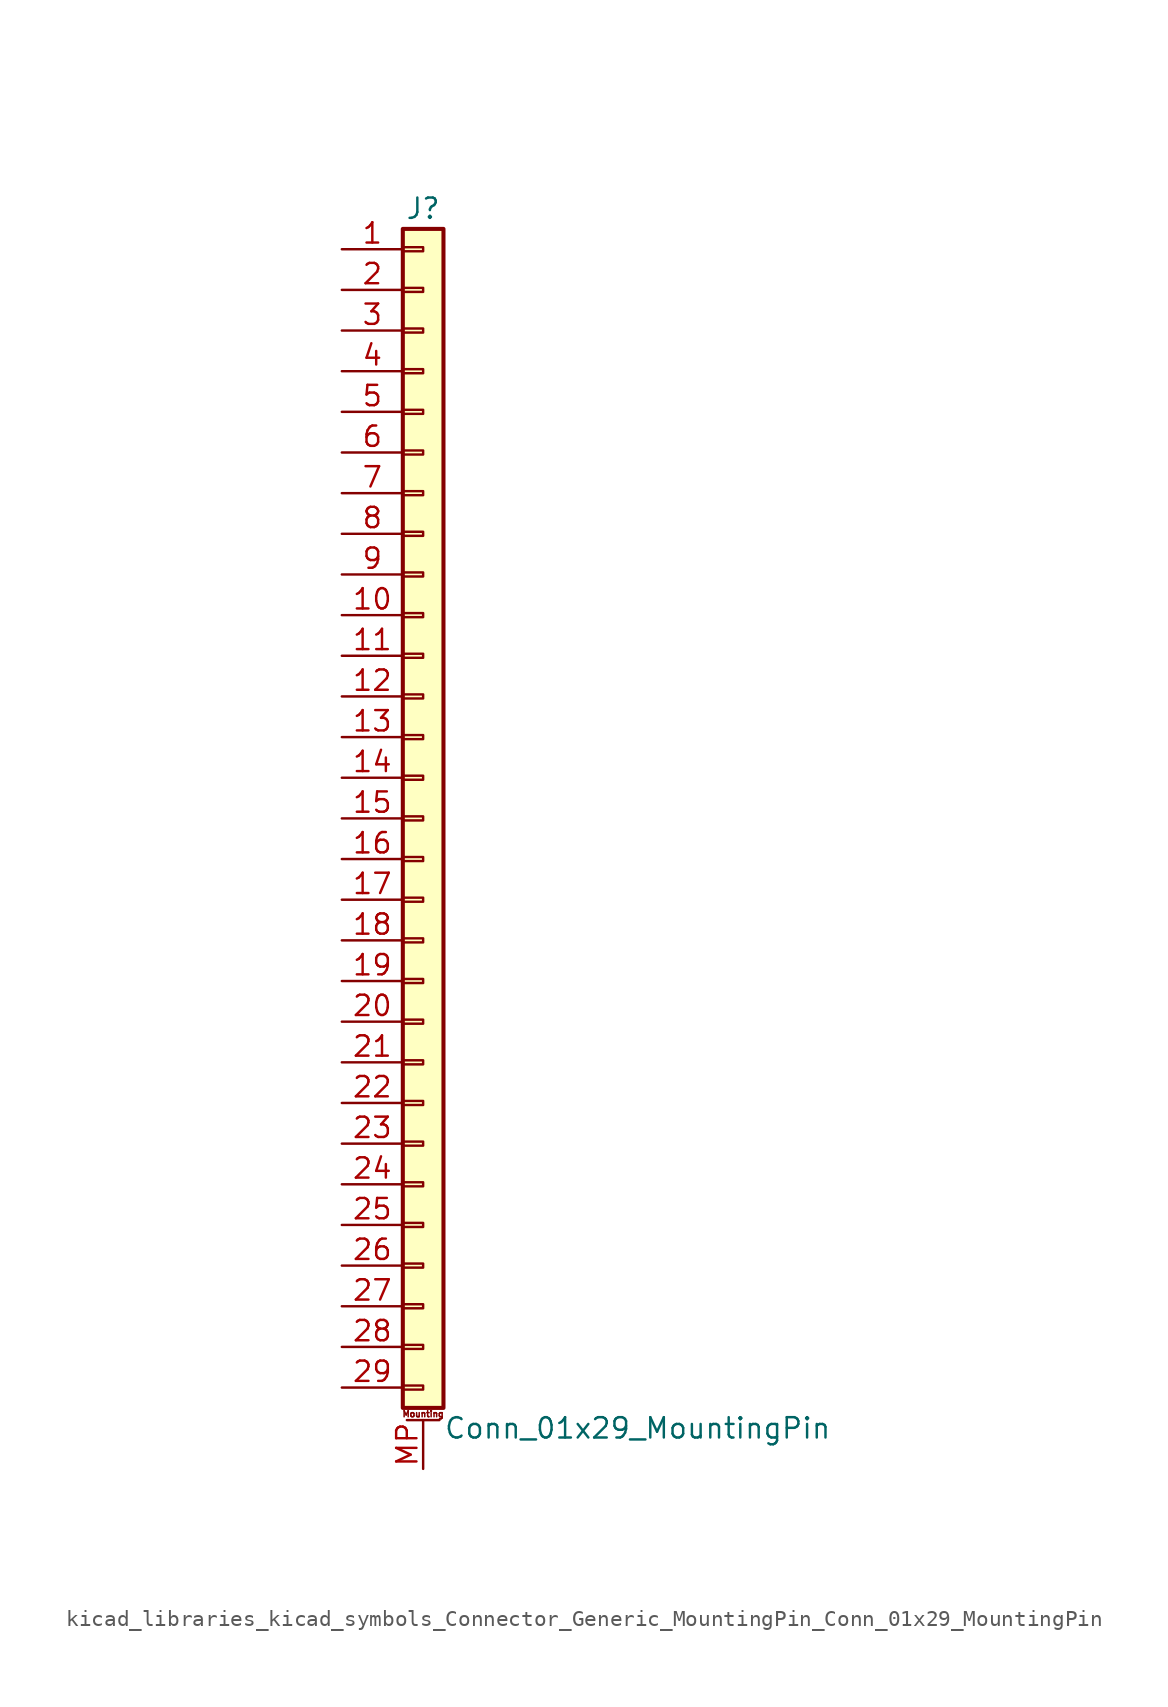
<source format=kicad_sym>
(kicad_symbol_lib
  (version 20220914)
  (generator kicad_symbol_editor)
  (symbol "kicad_libraries_kicad_symbols_Connector_Generic_MountingPin_Conn_01x29_MountingPin"
    (pin_names
      (offset 1.016) hide)
    (property "Reference" "J"
      (at 0 38.1 0)
      (effects (font (size 1.27 1.27))))
    (property "Value" "Conn_01x29_MountingPin"
      (at 1.27 -38.1 0)
      (effects (font (size 1.27 1.27)) (justify left)))
    (symbol "kicad_libraries_kicad_symbols_Connector_Generic_MountingPin_Conn_01x29_MountingPin_1_1"
      (rectangle (start -1.27 -35.433) (end 0 -35.687) (stroke (width 0.152) (type default)) (fill (type none)))
      (rectangle (start -1.27 -32.893) (end 0 -33.147) (stroke (width 0.152) (type default)) (fill (type none)))
      (rectangle (start -1.27 -30.353) (end 0 -30.607) (stroke (width 0.152) (type default)) (fill (type none)))
      (rectangle (start -1.27 -27.813) (end 0 -28.067) (stroke (width 0.152) (type default)) (fill (type none)))
      (rectangle (start -1.27 -25.273) (end 0 -25.527) (stroke (width 0.152) (type default)) (fill (type none)))
      (rectangle (start -1.27 -22.733) (end 0 -22.987) (stroke (width 0.152) (type default)) (fill (type none)))
      (rectangle (start -1.27 -20.193) (end 0 -20.447) (stroke (width 0.152) (type default)) (fill (type none)))
      (rectangle (start -1.27 -17.653) (end 0 -17.907) (stroke (width 0.152) (type default)) (fill (type none)))
      (rectangle (start -1.27 -15.113) (end 0 -15.367) (stroke (width 0.152) (type default)) (fill (type none)))
      (rectangle (start -1.27 -12.573) (end 0 -12.827) (stroke (width 0.152) (type default)) (fill (type none)))
      (rectangle (start -1.27 -10.033) (end 0 -10.287) (stroke (width 0.152) (type default)) (fill (type none)))
      (rectangle (start -1.27 -7.493) (end 0 -7.747) (stroke (width 0.152) (type default)) (fill (type none)))
      (rectangle (start -1.27 -4.953) (end 0 -5.207) (stroke (width 0.152) (type default)) (fill (type none)))
      (rectangle (start -1.27 -2.413) (end 0 -2.667) (stroke (width 0.152) (type default)) (fill (type none)))
      (rectangle (start -1.27 0.127) (end 0 -0.127) (stroke (width 0.152) (type default)) (fill (type none)))
      (rectangle (start -1.27 2.667) (end 0 2.413) (stroke (width 0.152) (type default)) (fill (type none)))
      (rectangle (start -1.27 5.207) (end 0 4.953) (stroke (width 0.152) (type default)) (fill (type none)))
      (rectangle (start -1.27 7.747) (end 0 7.493) (stroke (width 0.152) (type default)) (fill (type none)))
      (rectangle (start -1.27 10.287) (end 0 10.033) (stroke (width 0.152) (type default)) (fill (type none)))
      (rectangle (start -1.27 12.827) (end 0 12.573) (stroke (width 0.152) (type default)) (fill (type none)))
      (rectangle (start -1.27 15.367) (end 0 15.113) (stroke (width 0.152) (type default)) (fill (type none)))
      (rectangle (start -1.27 17.907) (end 0 17.653) (stroke (width 0.152) (type default)) (fill (type none)))
      (rectangle (start -1.27 20.447) (end 0 20.193) (stroke (width 0.152) (type default)) (fill (type none)))
      (rectangle (start -1.27 22.987) (end 0 22.733) (stroke (width 0.152) (type default)) (fill (type none)))
      (rectangle (start -1.27 25.527) (end 0 25.273) (stroke (width 0.152) (type default)) (fill (type none)))
      (rectangle (start -1.27 28.067) (end 0 27.813) (stroke (width 0.152) (type default)) (fill (type none)))
      (rectangle (start -1.27 30.607) (end 0 30.353) (stroke (width 0.152) (type default)) (fill (type none)))
      (rectangle (start -1.27 33.147) (end 0 32.893) (stroke (width 0.152) (type default)) (fill (type none)))
      (rectangle (start -1.27 35.687) (end 0 35.433) (stroke (width 0.152) (type default)) (fill (type none)))
      (rectangle (start -1.27 36.83) (end 1.27 -36.83) (stroke (width 0.254) (type default)) (fill (type background)))
      (polyline (pts (xy -1.016 -37.592) (xy 1.016 -37.592)) (stroke (width 0.152) (type default)) (fill (type none)))
      (text "Mounting" (at 0 -37.211 0) (effects (font (size 0.381 0.381))))
      (pin passive line (at -5.08 35.56 0) (length 3.81) (name "Pin_1" (effects (font (size 1.27 1.27)))) (number "1" (effects (font (size 1.27 1.27)))))
      (pin passive line (at -5.08 12.7 0) (length 3.81) (name "Pin_10" (effects (font (size 1.27 1.27)))) (number "10" (effects (font (size 1.27 1.27)))))
      (pin passive line (at -5.08 10.16 0) (length 3.81) (name "Pin_11" (effects (font (size 1.27 1.27)))) (number "11" (effects (font (size 1.27 1.27)))))
      (pin passive line (at -5.08 7.62 0) (length 3.81) (name "Pin_12" (effects (font (size 1.27 1.27)))) (number "12" (effects (font (size 1.27 1.27)))))
      (pin passive line (at -5.08 5.08 0) (length 3.81) (name "Pin_13" (effects (font (size 1.27 1.27)))) (number "13" (effects (font (size 1.27 1.27)))))
      (pin passive line (at -5.08 2.54 0) (length 3.81) (name "Pin_14" (effects (font (size 1.27 1.27)))) (number "14" (effects (font (size 1.27 1.27)))))
      (pin passive line (at -5.08 0 0) (length 3.81) (name "Pin_15" (effects (font (size 1.27 1.27)))) (number "15" (effects (font (size 1.27 1.27)))))
      (pin passive line (at -5.08 -2.54 0) (length 3.81) (name "Pin_16" (effects (font (size 1.27 1.27)))) (number "16" (effects (font (size 1.27 1.27)))))
      (pin passive line (at -5.08 -5.08 0) (length 3.81) (name "Pin_17" (effects (font (size 1.27 1.27)))) (number "17" (effects (font (size 1.27 1.27)))))
      (pin passive line (at -5.08 -7.62 0) (length 3.81) (name "Pin_18" (effects (font (size 1.27 1.27)))) (number "18" (effects (font (size 1.27 1.27)))))
      (pin passive line (at -5.08 -10.16 0) (length 3.81) (name "Pin_19" (effects (font (size 1.27 1.27)))) (number "19" (effects (font (size 1.27 1.27)))))
      (pin passive line (at -5.08 33.02 0) (length 3.81) (name "Pin_2" (effects (font (size 1.27 1.27)))) (number "2" (effects (font (size 1.27 1.27)))))
      (pin passive line (at -5.08 -12.7 0) (length 3.81) (name "Pin_20" (effects (font (size 1.27 1.27)))) (number "20" (effects (font (size 1.27 1.27)))))
      (pin passive line (at -5.08 -15.24 0) (length 3.81) (name "Pin_21" (effects (font (size 1.27 1.27)))) (number "21" (effects (font (size 1.27 1.27)))))
      (pin passive line (at -5.08 -17.78 0) (length 3.81) (name "Pin_22" (effects (font (size 1.27 1.27)))) (number "22" (effects (font (size 1.27 1.27)))))
      (pin passive line (at -5.08 -20.32 0) (length 3.81) (name "Pin_23" (effects (font (size 1.27 1.27)))) (number "23" (effects (font (size 1.27 1.27)))))
      (pin passive line (at -5.08 -22.86 0) (length 3.81) (name "Pin_24" (effects (font (size 1.27 1.27)))) (number "24" (effects (font (size 1.27 1.27)))))
      (pin passive line (at -5.08 -25.4 0) (length 3.81) (name "Pin_25" (effects (font (size 1.27 1.27)))) (number "25" (effects (font (size 1.27 1.27)))))
      (pin passive line (at -5.08 -27.94 0) (length 3.81) (name "Pin_26" (effects (font (size 1.27 1.27)))) (number "26" (effects (font (size 1.27 1.27)))))
      (pin passive line (at -5.08 -30.48 0) (length 3.81) (name "Pin_27" (effects (font (size 1.27 1.27)))) (number "27" (effects (font (size 1.27 1.27)))))
      (pin passive line (at -5.08 -33.02 0) (length 3.81) (name "Pin_28" (effects (font (size 1.27 1.27)))) (number "28" (effects (font (size 1.27 1.27)))))
      (pin passive line (at -5.08 -35.56 0) (length 3.81) (name "Pin_29" (effects (font (size 1.27 1.27)))) (number "29" (effects (font (size 1.27 1.27)))))
      (pin passive line (at -5.08 30.48 0) (length 3.81) (name "Pin_3" (effects (font (size 1.27 1.27)))) (number "3" (effects (font (size 1.27 1.27)))))
      (pin passive line (at -5.08 27.94 0) (length 3.81) (name "Pin_4" (effects (font (size 1.27 1.27)))) (number "4" (effects (font (size 1.27 1.27)))))
      (pin passive line (at -5.08 25.4 0) (length 3.81) (name "Pin_5" (effects (font (size 1.27 1.27)))) (number "5" (effects (font (size 1.27 1.27)))))
      (pin passive line (at -5.08 22.86 0) (length 3.81) (name "Pin_6" (effects (font (size 1.27 1.27)))) (number "6" (effects (font (size 1.27 1.27)))))
      (pin passive line (at -5.08 20.32 0) (length 3.81) (name "Pin_7" (effects (font (size 1.27 1.27)))) (number "7" (effects (font (size 1.27 1.27)))))
      (pin passive line (at -5.08 17.78 0) (length 3.81) (name "Pin_8" (effects (font (size 1.27 1.27)))) (number "8" (effects (font (size 1.27 1.27)))))
      (pin passive line (at -5.08 15.24 0) (length 3.81) (name "Pin_9" (effects (font (size 1.27 1.27)))) (number "9" (effects (font (size 1.27 1.27)))))
      (pin passive line (at 0 -40.64 90) (length 3.048) (name "MountPin" (effects (font (size 1.27 1.27)))) (number "MP" (effects (font (size 1.27 1.27))))))))
</source>
